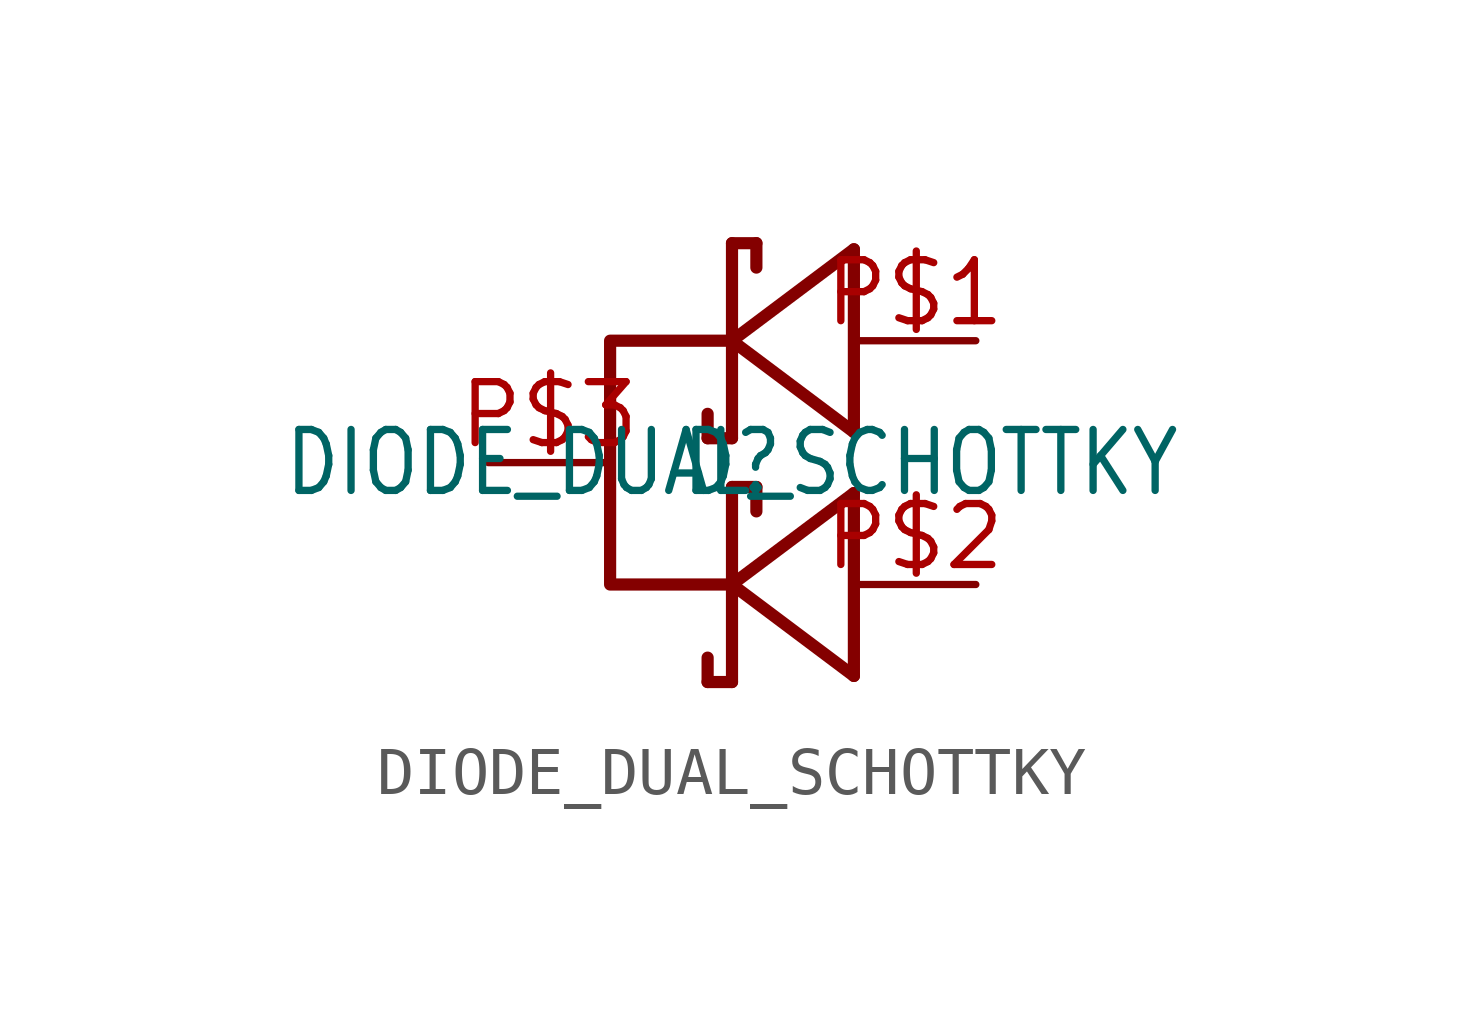
<source format=kicad_sym>
(kicad_symbol_lib
  (version 20211014)
  (generator kicad_symbol_editor)
  (symbol "DIODE_DUAL_SCHOTTKY"
    (pin_names
      (offset 1.016) hide)
    (property "Reference" "D"
      (at 0 0 0)
      (effects (font (size 1.27 1.086))))
    (property "Value" "DIODE_DUAL_SCHOTTKY"
      (at 0 0 0)
      (effects (font (size 1.27 1.086))))
    (symbol "DIODE_DUAL_SCHOTTKY_0_0")
    (symbol "DIODE_DUAL_SCHOTTKY_0_1"
      (polyline (pts (xy 2.54 0.635) (xy 2.54 4.445)) (stroke (width 0.254) (type default) (color 0 0 0 0)))
      (polyline (pts (xy 0.0 4.572) (xy 0.0 2.54) (xy 0.0 0.508)) (stroke (width 0.254) (type default) (color 0 0 0 0)))
      (polyline (pts (xy 0.0 2.54) (xy 2.54 0.635)) (stroke (width 0.254) (type default) (color 0 0 0 0)))
      (polyline (pts (xy 2.54 4.445) (xy 0.0 2.54)) (stroke (width 0.254) (type default) (color 0 0 0 0)))
      (polyline (pts (xy 0.0 0.508) (xy -0.508 0.508)) (stroke (width 0.254) (type default) (color 0 0 0 0)))
      (polyline (pts (xy 0.0 4.572) (xy 0.508 4.572)) (stroke (width 0.254) (type default) (color 0 0 0 0)))
      (polyline (pts (xy -0.508 0.508) (xy -0.508 1.016)) (stroke (width 0.254) (type default) (color 0 0 0 0)))
      (polyline (pts (xy 0.508 4.064) (xy 0.508 4.572)) (stroke (width 0.254) (type default) (color 0 0 0 0)))
      (polyline (pts (xy 2.54 -4.445) (xy 2.54 -0.635)) (stroke (width 0.254) (type default) (color 0 0 0 0)))
      (polyline (pts (xy 0.0 -0.508) (xy 0.0 -2.54) (xy 0.0 -4.572)) (stroke (width 0.254) (type default) (color 0 0 0 0)))
      (polyline (pts (xy 0.0 -2.54) (xy 2.54 -4.445)) (stroke (width 0.254) (type default) (color 0 0 0 0)))
      (polyline (pts (xy 2.54 -0.635) (xy 0.0 -2.54)) (stroke (width 0.254) (type default) (color 0 0 0 0)))
      (polyline (pts (xy 0.0 -4.572) (xy -0.508 -4.572)) (stroke (width 0.254) (type default) (color 0 0 0 0)))
      (polyline (pts (xy 0.0 -0.508) (xy 0.508 -0.508)) (stroke (width 0.254) (type default) (color 0 0 0 0)))
      (polyline (pts (xy -0.508 -4.572) (xy -0.508 -4.064)) (stroke (width 0.254) (type default) (color 0 0 0 0)))
      (polyline (pts (xy 0.508 -1.016) (xy 0.508 -0.508)) (stroke (width 0.254) (type default) (color 0 0 0 0)))
      (polyline (pts (xy 0.0 -2.54) (xy -2.54 -2.54) (xy -2.54 2.54) (xy 0.0 2.54)) (stroke (width 0.254) (type default) (color 0 0 0 0))))
    (symbol "DIODE_DUAL_SCHOTTKY_1_1"
      (pin passive line (at 5.08 2.54 180) (length 2.54) (name "ANODE0" (effects (font (size 1.27 1.086)))) (number "P$1" (effects (font (size 1.27 1.086)))))
      (pin passive line (at -5.08 0 0) (length 2.54) (name "CATHODE" (effects (font (size 1.27 1.086)))) (number "P$3" (effects (font (size 1.27 1.086)))))
      (pin passive line (at 5.08 -2.54 180) (length 2.54) (name "ANODE1" (effects (font (size 1.27 1.086)))) (number "P$2" (effects (font (size 1.27 1.086))))))))
</source>
